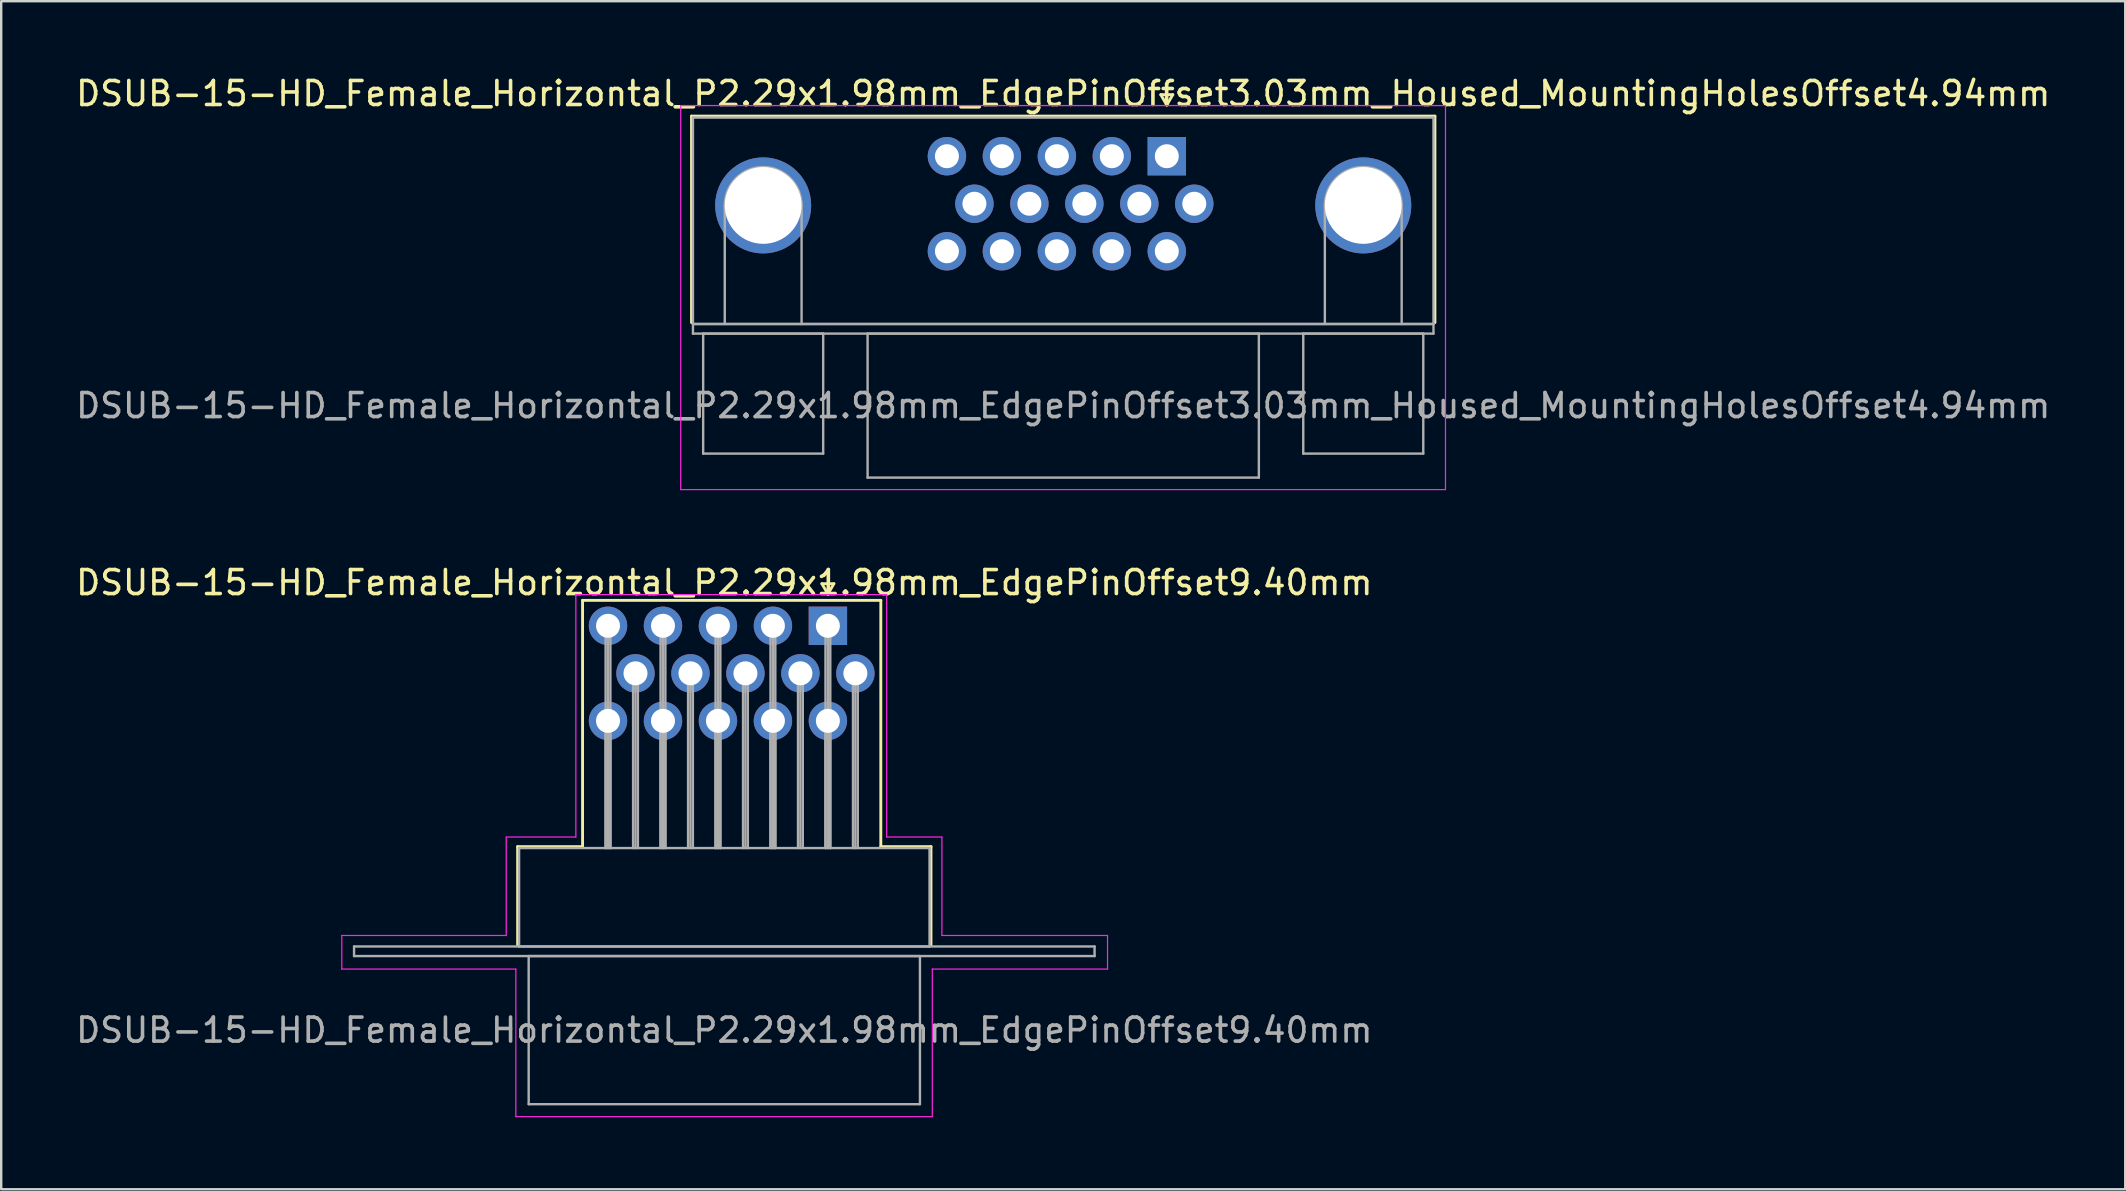
<source format=kicad_pcb>
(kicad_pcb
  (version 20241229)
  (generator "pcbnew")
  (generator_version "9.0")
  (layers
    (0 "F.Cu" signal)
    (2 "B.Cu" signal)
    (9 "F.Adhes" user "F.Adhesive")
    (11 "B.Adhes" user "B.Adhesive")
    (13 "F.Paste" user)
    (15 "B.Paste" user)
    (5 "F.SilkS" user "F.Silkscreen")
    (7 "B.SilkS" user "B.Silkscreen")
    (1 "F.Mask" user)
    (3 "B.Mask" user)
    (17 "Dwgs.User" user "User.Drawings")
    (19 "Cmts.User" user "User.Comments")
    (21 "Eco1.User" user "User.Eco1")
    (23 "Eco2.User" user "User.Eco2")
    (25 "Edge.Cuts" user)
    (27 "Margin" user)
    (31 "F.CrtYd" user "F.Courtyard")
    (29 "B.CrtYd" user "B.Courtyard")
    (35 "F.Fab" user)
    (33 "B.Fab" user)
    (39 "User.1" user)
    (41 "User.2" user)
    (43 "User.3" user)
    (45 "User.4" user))
  (footprint "DSUB-15-HD_Female_Horizontal_P2.29x1.98mm_EdgePinOffset3.03mm_Housed_MountingHolesOffset4.94mm"
    (layer "F.Cu")
    (at 45.559 3.458)
    (property "Reference" "DSUB-15-HD_Female_Horizontal_P2.29x1.98mm_EdgePinOffset3.03mm_Housed_MountingHolesOffset4.94mm" (at -4.315 -2.61 0) (layer "F.SilkS") (effects (font (size 1 1) (thickness 0.15))))
    (attr through_hole)
    (fp_line (start -19.8 -1.67) (end 11.17 -1.67) (stroke (width 0.12) (type solid)) (layer "F.SilkS"))
    (fp_line (start -19.8 6.93) (end -19.8 -1.67) (stroke (width 0.12) (type solid)) (layer "F.SilkS"))
    (fp_line (start -0.25 -2.564) (end 0.25 -2.564) (stroke (width 0.12) (type solid)) (layer "F.SilkS"))
    (fp_line (start 0 -2.131) (end -0.25 -2.564) (stroke (width 0.12) (type solid)) (layer "F.SilkS"))
    (fp_line (start 0.25 -2.564) (end 0 -2.131) (stroke (width 0.12) (type solid)) (layer "F.SilkS"))
    (fp_line (start 11.17 -1.67) (end 11.17 6.93) (stroke (width 0.12) (type solid)) (layer "F.SilkS"))
    (fp_line (start -20.25 -2.11) (end -20.25 13.89) (stroke (width 0.05) (type solid)) (layer "F.CrtYd"))
    (fp_line (start -20.25 13.89) (end 11.61 13.89) (stroke (width 0.05) (type solid)) (layer "F.CrtYd"))
    (fp_line (start 11.61 -2.11) (end -20.25 -2.11) (stroke (width 0.05) (type solid)) (layer "F.CrtYd"))
    (fp_line (start 11.61 13.89) (end 11.61 -2.11) (stroke (width 0.05) (type solid)) (layer "F.CrtYd"))
    (fp_line (start -19.74 -1.61) (end -19.74 6.99) (stroke (width 0.1) (type solid)) (layer "F.Fab"))
    (fp_line (start -19.74 6.99) (end -19.74 7.39) (stroke (width 0.1) (type solid)) (layer "F.Fab"))
    (fp_line (start -19.74 6.99) (end 11.11 6.99) (stroke (width 0.1) (type solid)) (layer "F.Fab"))
    (fp_line (start -19.74 7.39) (end 11.11 7.39) (stroke (width 0.1) (type solid)) (layer "F.Fab"))
    (fp_line (start -19.315 7.39) (end -19.315 12.39) (stroke (width 0.1) (type solid)) (layer "F.Fab"))
    (fp_line (start -19.315 12.39) (end -14.315 12.39) (stroke (width 0.1) (type solid)) (layer "F.Fab"))
    (fp_line (start -18.415 6.99) (end -18.415 2.05) (stroke (width 0.1) (type solid)) (layer "F.Fab"))
    (fp_line (start -15.215 6.99) (end -15.215 2.05) (stroke (width 0.1) (type solid)) (layer "F.Fab"))
    (fp_line (start -14.315 7.39) (end -19.315 7.39) (stroke (width 0.1) (type solid)) (layer "F.Fab"))
    (fp_line (start -14.315 12.39) (end -14.315 7.39) (stroke (width 0.1) (type solid)) (layer "F.Fab"))
    (fp_line (start -12.465 7.39) (end -12.465 13.39) (stroke (width 0.1) (type solid)) (layer "F.Fab"))
    (fp_line (start -12.465 13.39) (end 3.835 13.39) (stroke (width 0.1) (type solid)) (layer "F.Fab"))
    (fp_line (start 3.835 7.39) (end -12.465 7.39) (stroke (width 0.1) (type solid)) (layer "F.Fab"))
    (fp_line (start 3.835 13.39) (end 3.835 7.39) (stroke (width 0.1) (type solid)) (layer "F.Fab"))
    (fp_line (start 5.685 7.39) (end 5.685 12.39) (stroke (width 0.1) (type solid)) (layer "F.Fab"))
    (fp_line (start 5.685 12.39) (end 10.685 12.39) (stroke (width 0.1) (type solid)) (layer "F.Fab"))
    (fp_line (start 6.585 6.99) (end 6.585 2.05) (stroke (width 0.1) (type solid)) (layer "F.Fab"))
    (fp_line (start 9.785 6.99) (end 9.785 2.05) (stroke (width 0.1) (type solid)) (layer "F.Fab"))
    (fp_line (start 10.685 7.39) (end 5.685 7.39) (stroke (width 0.1) (type solid)) (layer "F.Fab"))
    (fp_line (start 10.685 12.39) (end 10.685 7.39) (stroke (width 0.1) (type solid)) (layer "F.Fab"))
    (fp_line (start 11.11 -1.61) (end -19.74 -1.61) (stroke (width 0.1) (type solid)) (layer "F.Fab"))
    (fp_line (start 11.11 6.99) (end -19.74 6.99) (stroke (width 0.1) (type solid)) (layer "F.Fab"))
    (fp_line (start 11.11 6.99) (end 11.11 -1.61) (stroke (width 0.1) (type solid)) (layer "F.Fab"))
    (fp_line (start 11.11 7.39) (end 11.11 6.99) (stroke (width 0.1) (type solid)) (layer "F.Fab"))
    (fp_arc (start -18.415 2.05) (mid -16.815 0.45) (end -15.215 2.05) (stroke (width 0.1) (type solid)) (layer "F.Fab"))
    (fp_arc (start 6.585 2.05) (mid 8.185 0.45) (end 9.785 2.05) (stroke (width 0.1) (type solid)) (layer "F.Fab"))
    (fp_text user "${REFERENCE}" (at -4.315 10.39 0) (layer "F.Fab") (effects (font (size 1 1) (thickness 0.15))))
    (pad "0" thru_hole circle (at -16.815 2.05) (size 4 4) (drill 3.2) (layers "*.Cu" "*.Mask"))
    (pad "0" thru_hole circle (at 8.185 2.05) (size 4 4) (drill 3.2) (layers "*.Cu" "*.Mask"))
    (pad "1" thru_hole rect (at 0 0) (size 1.6 1.6) (drill 1) (layers "*.Cu" "*.Mask"))
    (pad "2" thru_hole circle (at -2.29 0) (size 1.6 1.6) (drill 1) (layers "*.Cu" "*.Mask"))
    (pad "3" thru_hole circle (at -4.58 0) (size 1.6 1.6) (drill 1) (layers "*.Cu" "*.Mask"))
    (pad "4" thru_hole circle (at -6.87 0) (size 1.6 1.6) (drill 1) (layers "*.Cu" "*.Mask"))
    (pad "5" thru_hole circle (at -9.16 0) (size 1.6 1.6) (drill 1) (layers "*.Cu" "*.Mask"))
    (pad "6" thru_hole circle (at 1.145 1.98) (size 1.6 1.6) (drill 1) (layers "*.Cu" "*.Mask"))
    (pad "7" thru_hole circle (at -1.145 1.98) (size 1.6 1.6) (drill 1) (layers "*.Cu" "*.Mask"))
    (pad "8" thru_hole circle (at -3.435 1.98) (size 1.6 1.6) (drill 1) (layers "*.Cu" "*.Mask"))
    (pad "9" thru_hole circle (at -5.725 1.98) (size 1.6 1.6) (drill 1) (layers "*.Cu" "*.Mask"))
    (pad "10" thru_hole circle (at -8.015 1.98) (size 1.6 1.6) (drill 1) (layers "*.Cu" "*.Mask"))
    (pad "11" thru_hole circle (at 0 3.96) (size 1.6 1.6) (drill 1) (layers "*.Cu" "*.Mask"))
    (pad "12" thru_hole circle (at -2.29 3.96) (size 1.6 1.6) (drill 1) (layers "*.Cu" "*.Mask"))
    (pad "13" thru_hole circle (at -4.58 3.96) (size 1.6 1.6) (drill 1) (layers "*.Cu" "*.Mask"))
    (pad "14" thru_hole circle (at -6.87 3.96) (size 1.6 1.6) (drill 1) (layers "*.Cu" "*.Mask"))
    (pad "15" thru_hole circle (at -9.16 3.96) (size 1.6 1.6) (drill 1) (layers "*.Cu" "*.Mask")))
  (footprint "DSUB-15-HD_Female_Horizontal_P2.29x1.98mm_EdgePinOffset9.40mm"
    (layer "F.Cu")
    (at 31.44 23.021)
    (property "Reference" "DSUB-15-HD_Female_Horizontal_P2.29x1.98mm_EdgePinOffset9.40mm" (at -4.315 -1.8 0) (layer "F.SilkS") (effects (font (size 1 1) (thickness 0.15))))
    (attr through_hole)
    (fp_line (start -12.925 9.2) (end -10.22 9.2) (stroke (width 0.12) (type solid)) (layer "F.SilkS"))
    (fp_line (start -12.925 13.3) (end -12.925 9.2) (stroke (width 0.12) (type solid)) (layer "F.SilkS"))
    (fp_line (start -10.22 -1.06) (end 2.205 -1.06) (stroke (width 0.12) (type solid)) (layer "F.SilkS"))
    (fp_line (start -10.22 9.2) (end -10.22 -1.06) (stroke (width 0.12) (type solid)) (layer "F.SilkS"))
    (fp_line (start -0.25 -1.754) (end 0.25 -1.754) (stroke (width 0.12) (type solid)) (layer "F.SilkS"))
    (fp_line (start 0 -1.321) (end -0.25 -1.754) (stroke (width 0.12) (type solid)) (layer "F.SilkS"))
    (fp_line (start 0.25 -1.754) (end 0 -1.321) (stroke (width 0.12) (type solid)) (layer "F.SilkS"))
    (fp_line (start 2.205 -1.06) (end 2.205 9.2) (stroke (width 0.12) (type solid)) (layer "F.SilkS"))
    (fp_line (start 2.205 9.2) (end 4.295 9.2) (stroke (width 0.12) (type solid)) (layer "F.SilkS"))
    (fp_line (start 4.295 9.2) (end 4.295 13.3) (stroke (width 0.12) (type solid)) (layer "F.SilkS"))
    (fp_line (start -20.25 12.9) (end -13.4 12.9) (stroke (width 0.05) (type solid)) (layer "F.CrtYd"))
    (fp_line (start -20.25 14.3) (end -20.25 12.9) (stroke (width 0.05) (type solid)) (layer "F.CrtYd"))
    (fp_line (start -13.4 8.8) (end -10.5 8.8) (stroke (width 0.05) (type solid)) (layer "F.CrtYd"))
    (fp_line (start -13.4 12.9) (end -13.4 8.8) (stroke (width 0.05) (type solid)) (layer "F.CrtYd"))
    (fp_line (start -13 14.3) (end -20.25 14.3) (stroke (width 0.05) (type solid)) (layer "F.CrtYd"))
    (fp_line (start -13 20.45) (end -13 14.3) (stroke (width 0.05) (type solid)) (layer "F.CrtYd"))
    (fp_line (start -10.5 -1.3) (end 2.45 -1.3) (stroke (width 0.05) (type solid)) (layer "F.CrtYd"))
    (fp_line (start -10.5 8.8) (end -10.5 -1.3) (stroke (width 0.05) (type solid)) (layer "F.CrtYd"))
    (fp_line (start 2.45 -1.3) (end 2.45 8.8) (stroke (width 0.05) (type solid)) (layer "F.CrtYd"))
    (fp_line (start 2.45 8.8) (end 4.75 8.8) (stroke (width 0.05) (type solid)) (layer "F.CrtYd"))
    (fp_line (start 4.35 14.3) (end 4.35 20.45) (stroke (width 0.05) (type solid)) (layer "F.CrtYd"))
    (fp_line (start 4.35 20.45) (end -13 20.45) (stroke (width 0.05) (type solid)) (layer "F.CrtYd"))
    (fp_line (start 4.75 8.8) (end 4.75 12.9) (stroke (width 0.05) (type solid)) (layer "F.CrtYd"))
    (fp_line (start 4.75 12.9) (end 11.65 12.9) (stroke (width 0.05) (type solid)) (layer "F.CrtYd"))
    (fp_line (start 11.65 12.9) (end 11.65 14.3) (stroke (width 0.05) (type solid)) (layer "F.CrtYd"))
    (fp_line (start 11.65 14.3) (end 4.35 14.3) (stroke (width 0.05) (type solid)) (layer "F.CrtYd"))
    (fp_line (start -19.74 13.36) (end -19.74 13.76) (stroke (width 0.1) (type solid)) (layer "F.Fab"))
    (fp_line (start -19.74 13.76) (end 11.11 13.76) (stroke (width 0.1) (type solid)) (layer "F.Fab"))
    (fp_line (start -12.865 9.26) (end -12.865 13.36) (stroke (width 0.1) (type solid)) (layer "F.Fab"))
    (fp_line (start -12.865 13.36) (end 4.235 13.36) (stroke (width 0.1) (type solid)) (layer "F.Fab"))
    (fp_line (start -12.465 13.76) (end -12.465 19.93) (stroke (width 0.1) (type solid)) (layer "F.Fab"))
    (fp_line (start -12.465 19.93) (end 3.835 19.93) (stroke (width 0.1) (type solid)) (layer "F.Fab"))
    (fp_line (start -9.26 0) (end -9.26 9.26) (stroke (width 0.1) (type solid)) (layer "F.Fab"))
    (fp_line (start -9.26 3.96) (end -9.26 9.26) (stroke (width 0.1) (type solid)) (layer "F.Fab"))
    (fp_line (start -9.16 0) (end -9.16 9.26) (stroke (width 0.1) (type solid)) (layer "F.Fab"))
    (fp_line (start -9.16 3.96) (end -9.16 9.26) (stroke (width 0.1) (type solid)) (layer "F.Fab"))
    (fp_line (start -9.06 0) (end -9.06 9.26) (stroke (width 0.1) (type solid)) (layer "F.Fab"))
    (fp_line (start -9.06 3.96) (end -9.06 9.26) (stroke (width 0.1) (type solid)) (layer "F.Fab"))
    (fp_line (start -8.115 1.98) (end -8.115 9.26) (stroke (width 0.1) (type solid)) (layer "F.Fab"))
    (fp_line (start -8.015 1.98) (end -8.015 9.26) (stroke (width 0.1) (type solid)) (layer "F.Fab"))
    (fp_line (start -7.915 1.98) (end -7.915 9.26) (stroke (width 0.1) (type solid)) (layer "F.Fab"))
    (fp_line (start -6.97 0) (end -6.97 9.26) (stroke (width 0.1) (type solid)) (layer "F.Fab"))
    (fp_line (start -6.97 3.96) (end -6.97 9.26) (stroke (width 0.1) (type solid)) (layer "F.Fab"))
    (fp_line (start -6.87 0) (end -6.87 9.26) (stroke (width 0.1) (type solid)) (layer "F.Fab"))
    (fp_line (start -6.87 3.96) (end -6.87 9.26) (stroke (width 0.1) (type solid)) (layer "F.Fab"))
    (fp_line (start -6.77 0) (end -6.77 9.26) (stroke (width 0.1) (type solid)) (layer "F.Fab"))
    (fp_line (start -6.77 3.96) (end -6.77 9.26) (stroke (width 0.1) (type solid)) (layer "F.Fab"))
    (fp_line (start -5.825 1.98) (end -5.825 9.26) (stroke (width 0.1) (type solid)) (layer "F.Fab"))
    (fp_line (start -5.725 1.98) (end -5.725 9.26) (stroke (width 0.1) (type solid)) (layer "F.Fab"))
    (fp_line (start -5.625 1.98) (end -5.625 9.26) (stroke (width 0.1) (type solid)) (layer "F.Fab"))
    (fp_line (start -4.68 0) (end -4.68 9.26) (stroke (width 0.1) (type solid)) (layer "F.Fab"))
    (fp_line (start -4.68 3.96) (end -4.68 9.26) (stroke (width 0.1) (type solid)) (layer "F.Fab"))
    (fp_line (start -4.58 0) (end -4.58 9.26) (stroke (width 0.1) (type solid)) (layer "F.Fab"))
    (fp_line (start -4.58 3.96) (end -4.58 9.26) (stroke (width 0.1) (type solid)) (layer "F.Fab"))
    (fp_line (start -4.48 0) (end -4.48 9.26) (stroke (width 0.1) (type solid)) (layer "F.Fab"))
    (fp_line (start -4.48 3.96) (end -4.48 9.26) (stroke (width 0.1) (type solid)) (layer "F.Fab"))
    (fp_line (start -3.535 1.98) (end -3.535 9.26) (stroke (width 0.1) (type solid)) (layer "F.Fab"))
    (fp_line (start -3.435 1.98) (end -3.435 9.26) (stroke (width 0.1) (type solid)) (layer "F.Fab"))
    (fp_line (start -3.335 1.98) (end -3.335 9.26) (stroke (width 0.1) (type solid)) (layer "F.Fab"))
    (fp_line (start -2.39 0) (end -2.39 9.26) (stroke (width 0.1) (type solid)) (layer "F.Fab"))
    (fp_line (start -2.39 3.96) (end -2.39 9.26) (stroke (width 0.1) (type solid)) (layer "F.Fab"))
    (fp_line (start -2.29 0) (end -2.29 9.26) (stroke (width 0.1) (type solid)) (layer "F.Fab"))
    (fp_line (start -2.29 3.96) (end -2.29 9.26) (stroke (width 0.1) (type solid)) (layer "F.Fab"))
    (fp_line (start -2.19 0) (end -2.19 9.26) (stroke (width 0.1) (type solid)) (layer "F.Fab"))
    (fp_line (start -2.19 3.96) (end -2.19 9.26) (stroke (width 0.1) (type solid)) (layer "F.Fab"))
    (fp_line (start -1.245 1.98) (end -1.245 9.26) (stroke (width 0.1) (type solid)) (layer "F.Fab"))
    (fp_line (start -1.145 1.98) (end -1.145 9.26) (stroke (width 0.1) (type solid)) (layer "F.Fab"))
    (fp_line (start -1.045 1.98) (end -1.045 9.26) (stroke (width 0.1) (type solid)) (layer "F.Fab"))
    (fp_line (start -0.1 0) (end -0.1 9.26) (stroke (width 0.1) (type solid)) (layer "F.Fab"))
    (fp_line (start -0.1 3.96) (end -0.1 9.26) (stroke (width 0.1) (type solid)) (layer "F.Fab"))
    (fp_line (start 0 0) (end 0 9.26) (stroke (width 0.1) (type solid)) (layer "F.Fab"))
    (fp_line (start 0 3.96) (end 0 9.26) (stroke (width 0.1) (type solid)) (layer "F.Fab"))
    (fp_line (start 0.1 0) (end 0.1 9.26) (stroke (width 0.1) (type solid)) (layer "F.Fab"))
    (fp_line (start 0.1 3.96) (end 0.1 9.26) (stroke (width 0.1) (type solid)) (layer "F.Fab"))
    (fp_line (start 1.045 1.98) (end 1.045 9.26) (stroke (width 0.1) (type solid)) (layer "F.Fab"))
    (fp_line (start 1.145 1.98) (end 1.145 9.26) (stroke (width 0.1) (type solid)) (layer "F.Fab"))
    (fp_line (start 1.245 1.98) (end 1.245 9.26) (stroke (width 0.1) (type solid)) (layer "F.Fab"))
    (fp_line (start 3.835 13.76) (end -12.465 13.76) (stroke (width 0.1) (type solid)) (layer "F.Fab"))
    (fp_line (start 3.835 19.93) (end 3.835 13.76) (stroke (width 0.1) (type solid)) (layer "F.Fab"))
    (fp_line (start 4.235 9.26) (end -12.865 9.26) (stroke (width 0.1) (type solid)) (layer "F.Fab"))
    (fp_line (start 4.235 13.36) (end 4.235 9.26) (stroke (width 0.1) (type solid)) (layer "F.Fab"))
    (fp_line (start 11.11 13.36) (end -19.74 13.36) (stroke (width 0.1) (type solid)) (layer "F.Fab"))
    (fp_line (start 11.11 13.76) (end 11.11 13.36) (stroke (width 0.1) (type solid)) (layer "F.Fab"))
    (fp_text user "${REFERENCE}" (at -4.315 16.845 0) (layer "F.Fab") (effects (font (size 1 1) (thickness 0.15))))
    (pad "1" thru_hole rect (at 0 0) (size 1.6 1.6) (drill 1) (layers "*.Cu" "*.Mask"))
    (pad "2" thru_hole circle (at -2.29 0) (size 1.6 1.6) (drill 1) (layers "*.Cu" "*.Mask"))
    (pad "3" thru_hole circle (at -4.58 0) (size 1.6 1.6) (drill 1) (layers "*.Cu" "*.Mask"))
    (pad "4" thru_hole circle (at -6.87 0) (size 1.6 1.6) (drill 1) (layers "*.Cu" "*.Mask"))
    (pad "5" thru_hole circle (at -9.16 0) (size 1.6 1.6) (drill 1) (layers "*.Cu" "*.Mask"))
    (pad "6" thru_hole circle (at 1.145 1.98) (size 1.6 1.6) (drill 1) (layers "*.Cu" "*.Mask"))
    (pad "7" thru_hole circle (at -1.145 1.98) (size 1.6 1.6) (drill 1) (layers "*.Cu" "*.Mask"))
    (pad "8" thru_hole circle (at -3.435 1.98) (size 1.6 1.6) (drill 1) (layers "*.Cu" "*.Mask"))
    (pad "9" thru_hole circle (at -5.725 1.98) (size 1.6 1.6) (drill 1) (layers "*.Cu" "*.Mask"))
    (pad "10" thru_hole circle (at -8.015 1.98) (size 1.6 1.6) (drill 1) (layers "*.Cu" "*.Mask"))
    (pad "11" thru_hole circle (at 0 3.96) (size 1.6 1.6) (drill 1) (layers "*.Cu" "*.Mask"))
    (pad "12" thru_hole circle (at -2.29 3.96) (size 1.6 1.6) (drill 1) (layers "*.Cu" "*.Mask"))
    (pad "13" thru_hole circle (at -4.58 3.96) (size 1.6 1.6) (drill 1) (layers "*.Cu" "*.Mask"))
    (pad "14" thru_hole circle (at -6.87 3.96) (size 1.6 1.6) (drill 1) (layers "*.Cu" "*.Mask"))
    (pad "15" thru_hole circle (at -9.16 3.96) (size 1.6 1.6) (drill 1) (layers "*.Cu" "*.Mask")))
  (gr_rect
    (start -3 -3)
    (end 85.488 46.496)
    (stroke (width 0.1) (type default))
    (fill no)
    (layer "Edge.Cuts")))
</source>
